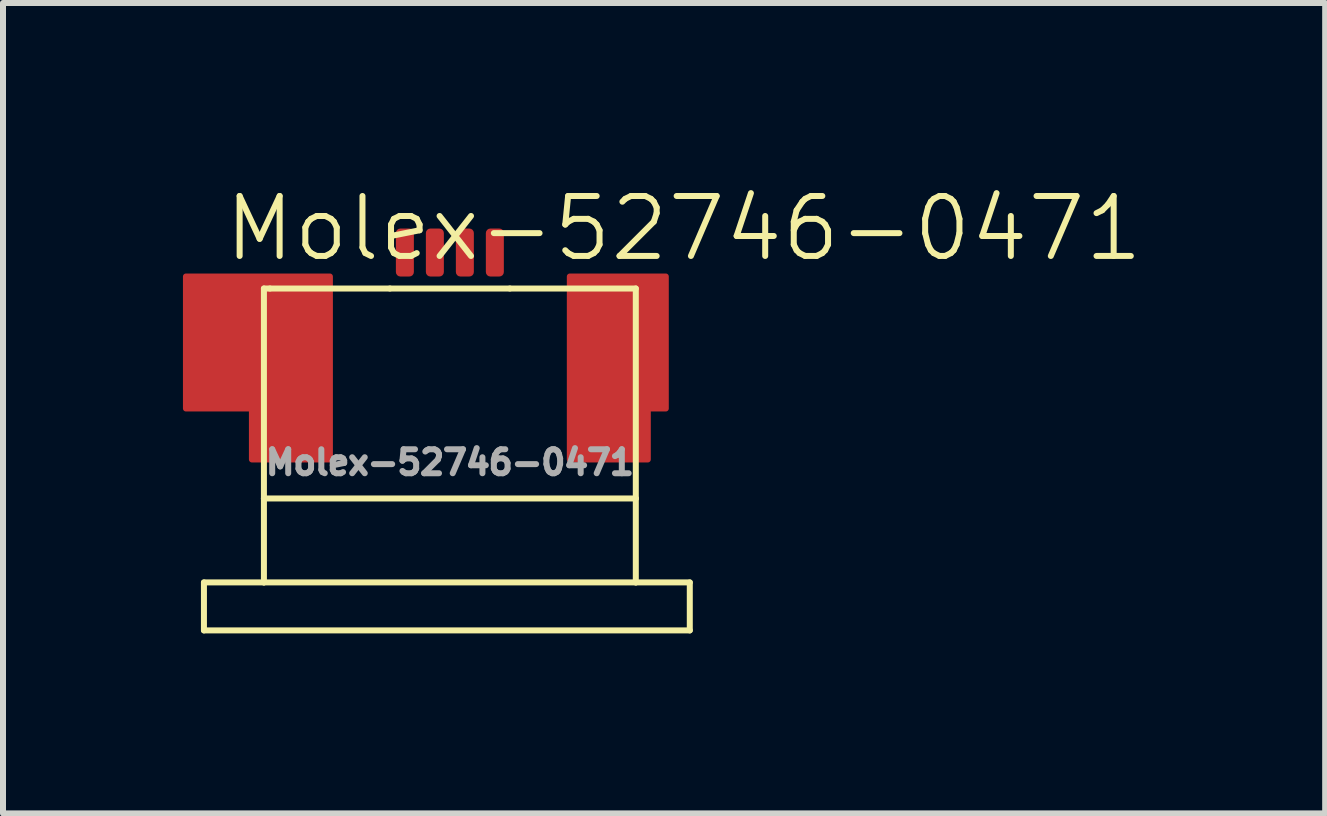
<source format=kicad_pcb>
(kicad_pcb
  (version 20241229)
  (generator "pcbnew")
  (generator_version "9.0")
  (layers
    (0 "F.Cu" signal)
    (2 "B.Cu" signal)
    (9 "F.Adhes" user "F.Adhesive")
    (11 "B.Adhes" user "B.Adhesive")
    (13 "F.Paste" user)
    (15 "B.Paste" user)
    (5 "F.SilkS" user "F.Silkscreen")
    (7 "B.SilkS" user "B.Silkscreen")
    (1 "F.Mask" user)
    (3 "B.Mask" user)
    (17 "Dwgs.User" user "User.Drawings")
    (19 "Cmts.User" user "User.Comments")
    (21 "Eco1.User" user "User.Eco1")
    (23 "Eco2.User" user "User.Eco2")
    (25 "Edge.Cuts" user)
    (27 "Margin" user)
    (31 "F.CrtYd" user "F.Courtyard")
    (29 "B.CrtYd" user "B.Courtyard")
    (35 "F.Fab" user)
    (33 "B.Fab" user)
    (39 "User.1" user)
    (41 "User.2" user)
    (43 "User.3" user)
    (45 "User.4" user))
  (footprint "Molex-52746-0471"
    (layer "F.Cu")
    (at 4.45 3.16)
    (property "Reference" "Molex-52746-0471" (at 3.9 -2.4 0) (unlocked yes) (layer "F.SilkS") (effects (font (size 1 1) (thickness 0.1))))
    (attr smd)
    (fp_poly (pts (xy -4.4 -1.6) (xy -2 -1.6) (xy -2 1.45) (xy -3.3 1.45) (xy -3.3 0.6) (xy -4.4 0.6)) (stroke (width 0.1) (type solid)) (fill yes) (layer "F.Cu"))
    (fp_poly (pts (xy 3.6 -1.6) (xy 2 -1.6) (xy 2 1.45) (xy 3.3 1.45) (xy 3.3 0.6) (xy 3.6 0.6)) (stroke (width 0.1) (type solid)) (fill yes) (layer "F.Cu"))
    (fp_line (start -4.1 3.5) (end -3.1 3.5) (stroke (width 0.1) (type default)) (layer "F.SilkS"))
    (fp_line (start -4.1 4.3) (end -4.1 3.5) (stroke (width 0.1) (type default)) (layer "F.SilkS"))
    (fp_line (start -3.1 2.1) (end -3.1 -1.4) (stroke (width 0.1) (type default)) (layer "F.SilkS"))
    (fp_line (start -3.1 3.5) (end -3.1 2.1) (stroke (width 0.1) (type default)) (layer "F.SilkS"))
    (fp_line (start -3.1 3.5) (end 3.1 3.5) (stroke (width 0.1) (type default)) (layer "F.SilkS"))
    (fp_line (start -3 -1.4) (end -3.1 -1.4) (stroke (width 0.1) (type default)) (layer "F.SilkS"))
    (fp_line (start -1 -1.4) (end -3 -1.4) (stroke (width 0.1) (type default)) (layer "F.SilkS"))
    (fp_line (start -1 -1.4) (end 1 -1.4) (stroke (width 0.1) (type default)) (layer "F.SilkS"))
    (fp_line (start 1 -1.4) (end 3.1 -1.4) (stroke (width 0.1) (type default)) (layer "F.SilkS"))
    (fp_line (start 3.1 -1.4) (end 3.1 2.1) (stroke (width 0.1) (type default)) (layer "F.SilkS"))
    (fp_line (start 3.1 2.1) (end -3.1 2.1) (stroke (width 0.1) (type default)) (layer "F.SilkS"))
    (fp_line (start 3.1 2.1) (end 3.1 3.5) (stroke (width 0.1) (type default)) (layer "F.SilkS"))
    (fp_line (start 3.1 3.5) (end 4 3.5) (stroke (width 0.1) (type default)) (layer "F.SilkS"))
    (fp_line (start 4 3.5) (end 4 4.3) (stroke (width 0.1) (type default)) (layer "F.SilkS"))
    (fp_line (start 4 4.3) (end -4.1 4.3) (stroke (width 0.1) (type default)) (layer "F.SilkS"))
    (fp_text user "${REFERENCE}" (at 0 1.5 0) (unlocked yes) (layer "F.Fab") (effects (font (size 0.4 0.4) (thickness 0.1))))
    (pad "1" smd roundrect (at -0.75 -2 90) (size 0.8 0.3) (layers "F.Cu" "F.Mask" "F.Paste") (roundrect_rratio 0.25))
    (pad "2" smd roundrect (at -0.25 -2 90) (size 0.8 0.3) (layers "F.Cu" "F.Mask" "F.Paste") (roundrect_rratio 0.25))
    (pad "3" smd roundrect (at 0.25 -2 90) (size 0.8 0.3) (layers "F.Cu" "F.Mask" "F.Paste") (roundrect_rratio 0.25))
    (pad "4" smd roundrect (at 0.75 -2 90) (size 0.8 0.3) (layers "F.Cu" "F.Mask" "F.Paste") (roundrect_rratio 0.25)))
  (gr_rect
    (start -3 -3)
    (end 19.043 10.511)
    (stroke (width 0.1) (type default))
    (fill no)
    (layer "Edge.Cuts")))
</source>
